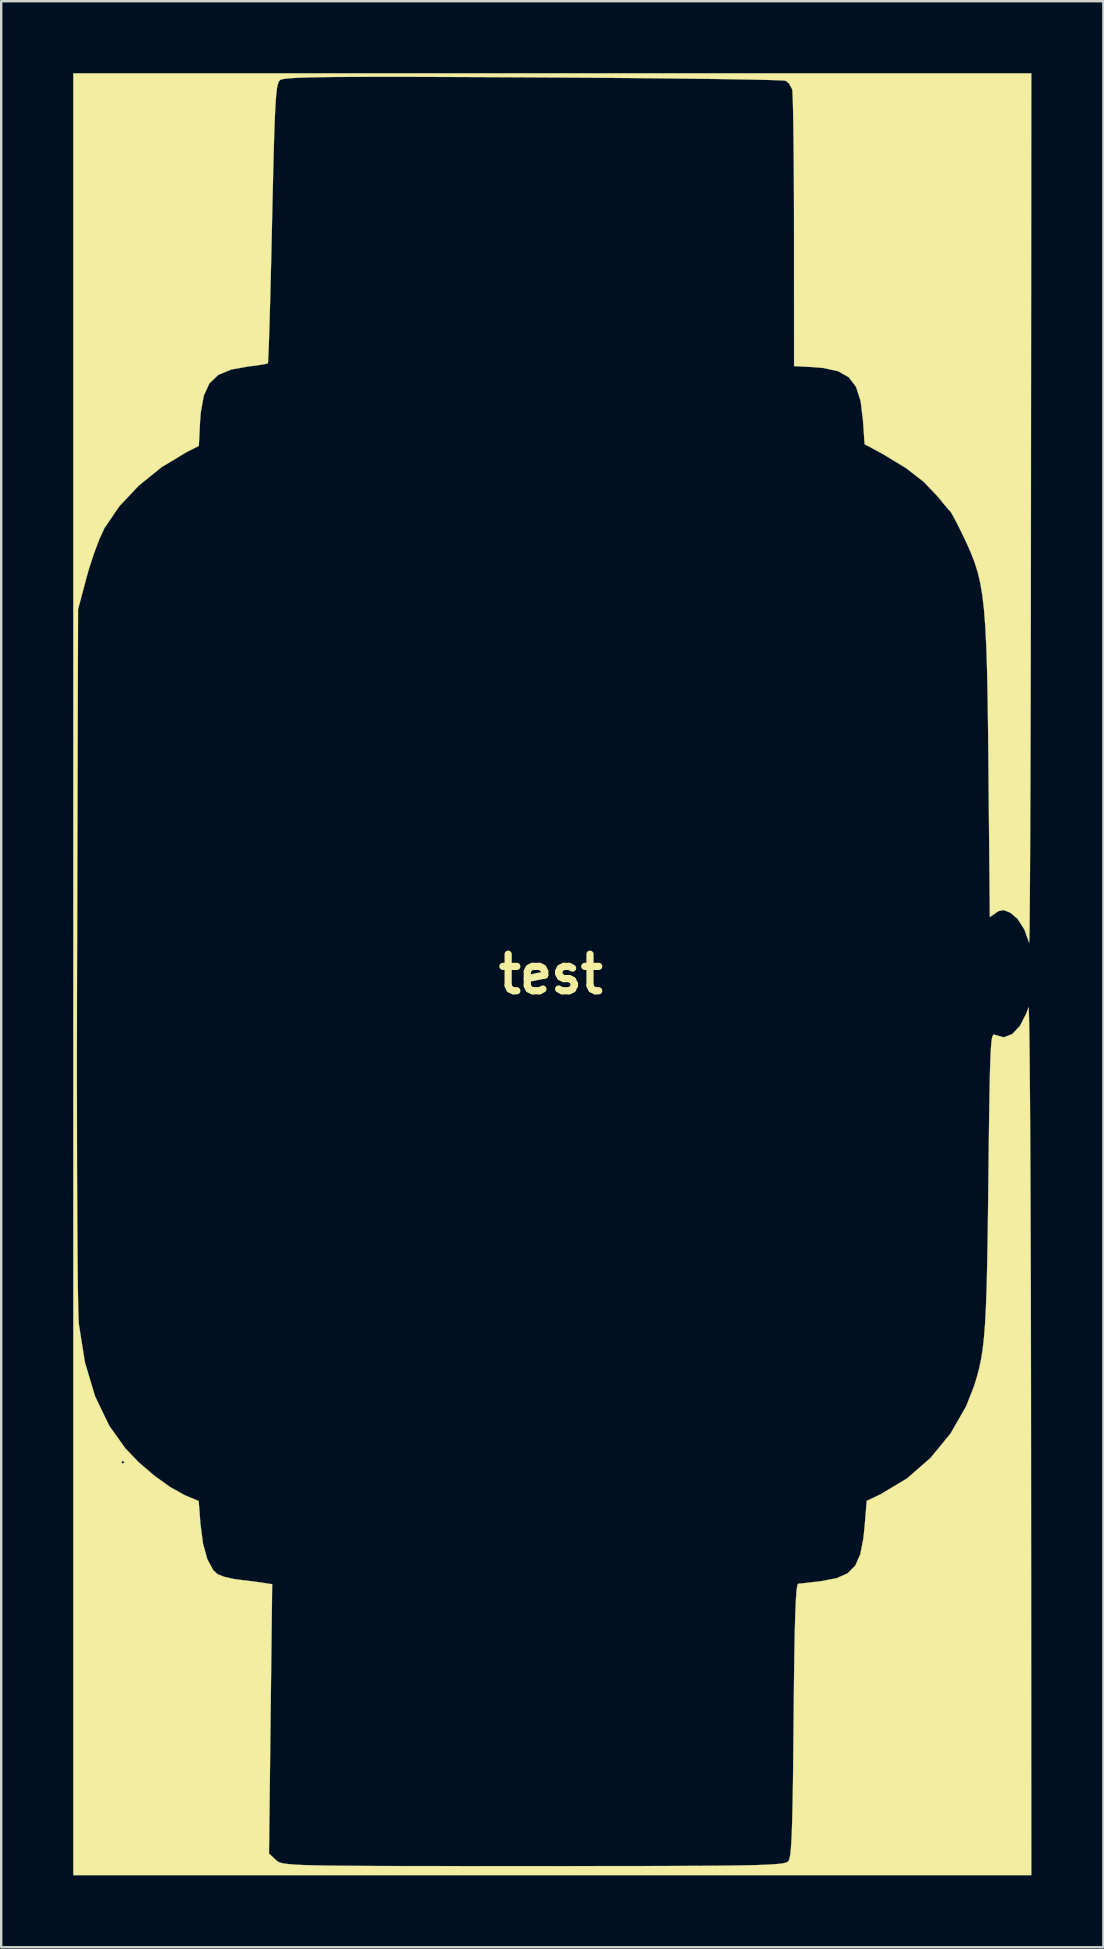
<source format=kicad_pcb>
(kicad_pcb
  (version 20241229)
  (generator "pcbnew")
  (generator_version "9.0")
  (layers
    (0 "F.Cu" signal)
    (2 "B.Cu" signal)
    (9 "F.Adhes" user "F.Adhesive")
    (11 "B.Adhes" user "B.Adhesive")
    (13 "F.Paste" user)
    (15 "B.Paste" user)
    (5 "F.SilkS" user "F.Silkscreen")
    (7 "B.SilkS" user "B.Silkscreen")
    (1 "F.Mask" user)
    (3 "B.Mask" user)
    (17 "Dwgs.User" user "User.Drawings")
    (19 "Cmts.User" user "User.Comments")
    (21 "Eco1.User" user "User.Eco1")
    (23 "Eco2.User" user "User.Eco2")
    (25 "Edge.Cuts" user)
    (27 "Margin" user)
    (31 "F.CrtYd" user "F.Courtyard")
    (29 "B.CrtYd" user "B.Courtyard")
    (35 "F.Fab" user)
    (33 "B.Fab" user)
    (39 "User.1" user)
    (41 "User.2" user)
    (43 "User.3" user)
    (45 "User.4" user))
  (footprint "test"
    (layer "F.Cu")
    (at 19.9 37.542)
    (property "Reference" "test" (at 0 0 0) (layer "F.SilkS") (effects (font (size 1.524 1.524) (thickness 0.3))))
    (attr through_hole)
    (fp_poly (pts (xy 20.005 -19.3) (xy 20.003 -17.19) (xy 20 -15.152) (xy 19.997 -13.201) (xy 19.993 -11.349) (xy 19.988 -9.61) (xy 19.983 -7.999) (xy 19.977 -6.528) (xy 19.971 -5.211) (xy 19.965 -4.062) (xy 19.958 -3.095) (xy 19.952 -2.323) (xy 19.945 -1.759) (xy 19.938 -1.418) (xy 19.931 -1.313) (xy 19.93 -1.314) (xy 19.732 -1.862) (xy 19.447 -2.308) (xy 19.146 -2.564) (xy 18.872 -2.673) (xy 18.667 -2.634) (xy 18.549 -2.56) (xy 18.293 -2.381) (xy 18.236 -8.541) (xy 18.22 -10.139) (xy 18.201 -11.511) (xy 18.177 -12.679) (xy 18.145 -13.669) (xy 18.103 -14.502) (xy 18.048 -15.204) (xy 17.979 -15.797) (xy 17.892 -16.306) (xy 17.786 -16.754) (xy 17.657 -17.164) (xy 17.503 -17.561) (xy 17.322 -17.968) (xy 17.24 -18.143) (xy 17.012 -18.612) (xy 16.819 -18.989) (xy 16.689 -19.222) (xy 16.656 -19.269) (xy 16.542 -19.393) (xy 16.324 -19.653) (xy 16.102 -19.925) (xy 15.532 -20.522) (xy 14.796 -21.091) (xy 13.853 -21.662) (xy 13.768 -21.709) (xy 13.075 -22.084) (xy 13.006 -23.085) (xy 12.908 -23.883) (xy 12.721 -24.468) (xy 12.416 -24.873) (xy 11.964 -25.127) (xy 11.334 -25.263) (xy 10.911 -25.297) (xy 10.136 -25.337) (xy 10.134 -30.968) (xy 10.132 -32.14) (xy 10.127 -33.241) (xy 10.119 -34.246) (xy 10.109 -35.126) (xy 10.098 -35.856) (xy 10.084 -36.409) (xy 10.07 -36.759) (xy 10.058 -36.871) (xy 9.914 -37.127) (xy 9.779 -37.228) (xy 9.624 -37.242) (xy 9.239 -37.256) (xy 8.641 -37.271) (xy 7.849 -37.286) (xy 6.883 -37.301) (xy 5.762 -37.315) (xy 4.504 -37.329) (xy 3.128 -37.342) (xy 1.653 -37.354) (xy 0.099 -37.364) (xy -0.751 -37.369) (xy -2.645 -37.379) (xy -4.304 -37.386) (xy -5.742 -37.391) (xy -6.976 -37.392) (xy -8.018 -37.39) (xy -8.885 -37.386) (xy -9.591 -37.377) (xy -10.152 -37.365) (xy -10.582 -37.35) (xy -10.895 -37.33) (xy -11.108 -37.307) (xy -11.235 -37.279) (xy -11.282 -37.256) (xy -11.332 -37.195) (xy -11.374 -37.085) (xy -11.411 -36.904) (xy -11.443 -36.631) (xy -11.471 -36.245) (xy -11.498 -35.724) (xy -11.523 -35.047) (xy -11.548 -34.192) (xy -11.574 -33.139) (xy -11.604 -31.865) (xy -11.616 -31.295) (xy -11.642 -30.116) (xy -11.669 -29.016) (xy -11.695 -28.019) (xy -11.72 -27.15) (xy -11.742 -26.435) (xy -11.762 -25.897) (xy -11.778 -25.563) (xy -11.789 -25.456) (xy -11.929 -25.418) (xy -12.244 -25.368) (xy -12.581 -25.326) (xy -13.313 -25.197) (xy -13.852 -24.972) (xy -14.225 -24.619) (xy -14.46 -24.105) (xy -14.587 -23.398) (xy -14.617 -22.987) (xy -14.666 -22.013) (xy -15.185 -21.75) (xy -16.22 -21.125) (xy -17.167 -20.36) (xy -17.973 -19.505) (xy -18.584 -18.609) (xy -18.619 -18.545) (xy -18.817 -18.108) (xy -19.038 -17.52) (xy -19.248 -16.875) (xy -19.349 -16.516) (xy -19.698 -15.202) (xy -19.738 -0.876) (xy -19.743 1.059) (xy -19.745 2.932) (xy -19.745 4.726) (xy -19.743 6.423) (xy -19.74 8.008) (xy -19.734 9.464) (xy -19.727 10.773) (xy -19.718 11.919) (xy -19.708 12.885) (xy -19.696 13.655) (xy -19.683 14.212) (xy -19.668 14.539) (xy -19.665 14.577) (xy -19.411 16.175) (xy -18.989 17.587) (xy -18.398 18.815) (xy -17.718 19.767) (xy -17.165 20.341) (xy -16.52 20.894) (xy -15.86 21.368) (xy -15.258 21.703) (xy -15.188 21.734) (xy -14.672 21.948) (xy -14.598 22.908) (xy -14.49 23.731) (xy -14.309 24.381) (xy -14.066 24.83) (xy -13.884 24.999) (xy -13.608 25.108) (xy -13.209 25.198) (xy -13.041 25.222) (xy -12.578 25.278) (xy -12.139 25.336) (xy -12.03 25.352) (xy -11.61 25.416) (xy -11.676 31.026) (xy -11.742 36.636) (xy -11.462 36.899) (xy -11.41 36.945) (xy -11.348 36.986) (xy -11.26 37.022) (xy -11.13 37.052) (xy -10.941 37.077) (xy -10.679 37.099) (xy -10.325 37.116) (xy -9.864 37.13) (xy -9.28 37.14) (xy -8.557 37.148) (xy -7.678 37.154) (xy -6.627 37.158) (xy -5.388 37.16) (xy -3.945 37.161) (xy -2.281 37.162) (xy -0.727 37.162) (xy 1.143 37.161) (xy 2.778 37.16) (xy 4.194 37.158) (xy 5.408 37.154) (xy 6.435 37.149) (xy 7.291 37.141) (xy 7.992 37.131) (xy 8.553 37.119) (xy 8.992 37.103) (xy 9.322 37.084) (xy 9.561 37.062) (xy 9.724 37.036) (xy 9.827 37.005) (xy 9.886 36.97) (xy 9.9 36.956) (xy 9.942 36.861) (xy 9.978 36.673) (xy 10.008 36.373) (xy 10.034 35.94) (xy 10.056 35.355) (xy 10.074 34.599) (xy 10.09 33.652) (xy 10.104 32.494) (xy 10.116 31.106) (xy 10.117 31.075) (xy 10.131 29.623) (xy 10.147 28.408) (xy 10.165 27.419) (xy 10.187 26.641) (xy 10.212 26.063) (xy 10.24 25.671) (xy 10.273 25.454) (xy 10.306 25.396) (xy 10.495 25.379) (xy 10.854 25.337) (xy 11.302 25.282) (xy 11.917 25.162) (xy 12.369 24.961) (xy 12.685 24.642) (xy 12.894 24.17) (xy 13.024 23.507) (xy 13.075 23.015) (xy 13.164 21.943) (xy 13.745 21.666) (xy 14.841 21.009) (xy 15.821 20.154) (xy 16.654 19.138) (xy 17.307 17.999) (xy 17.639 17.151) (xy 17.753 16.78) (xy 17.849 16.416) (xy 17.929 16.034) (xy 17.996 15.61) (xy 18.051 15.119) (xy 18.096 14.538) (xy 18.131 13.841) (xy 18.161 13.003) (xy 18.184 12.002) (xy 18.205 10.811) (xy 18.223 9.407) (xy 18.232 8.612) (xy 18.248 7.204) (xy 18.263 6.026) (xy 18.278 5.06) (xy 18.293 4.283) (xy 18.31 3.678) (xy 18.329 3.223) (xy 18.351 2.9) (xy 18.378 2.687) (xy 18.41 2.566) (xy 18.449 2.516) (xy 18.494 2.518) (xy 18.516 2.53) (xy 18.873 2.628) (xy 19.225 2.496) (xy 19.548 2.153) (xy 19.82 1.62) (xy 19.903 1.377) (xy 19.914 1.463) (xy 19.925 1.786) (xy 19.935 2.332) (xy 19.946 3.087) (xy 19.955 4.039) (xy 19.965 5.173) (xy 19.973 6.475) (xy 19.981 7.933) (xy 19.988 9.533) (xy 19.994 11.261) (xy 20 13.104) (xy 20.004 15.048) (xy 20.007 17.079) (xy 20.009 19.185) (xy 20.009 19.3) (xy 20.02 37.537) (xy -19.895 37.537) (xy -19.895 20.333) (xy -17.893 20.333) (xy -17.83 20.395) (xy -17.767 20.333) (xy -17.83 20.27) (xy -17.893 20.333) (xy -19.895 20.333) (xy -19.895 -37.537) (xy 20.02 -37.537) (xy 20.005 -19.3)) (stroke (width 0.01) (type solid)) (fill yes) (layer "F.SilkS")))
  (gr_rect
    (start -3 -3)
    (end 42.924 78.084)
    (stroke (width 0.1) (type default))
    (fill no)
    (layer "Edge.Cuts")))
</source>
